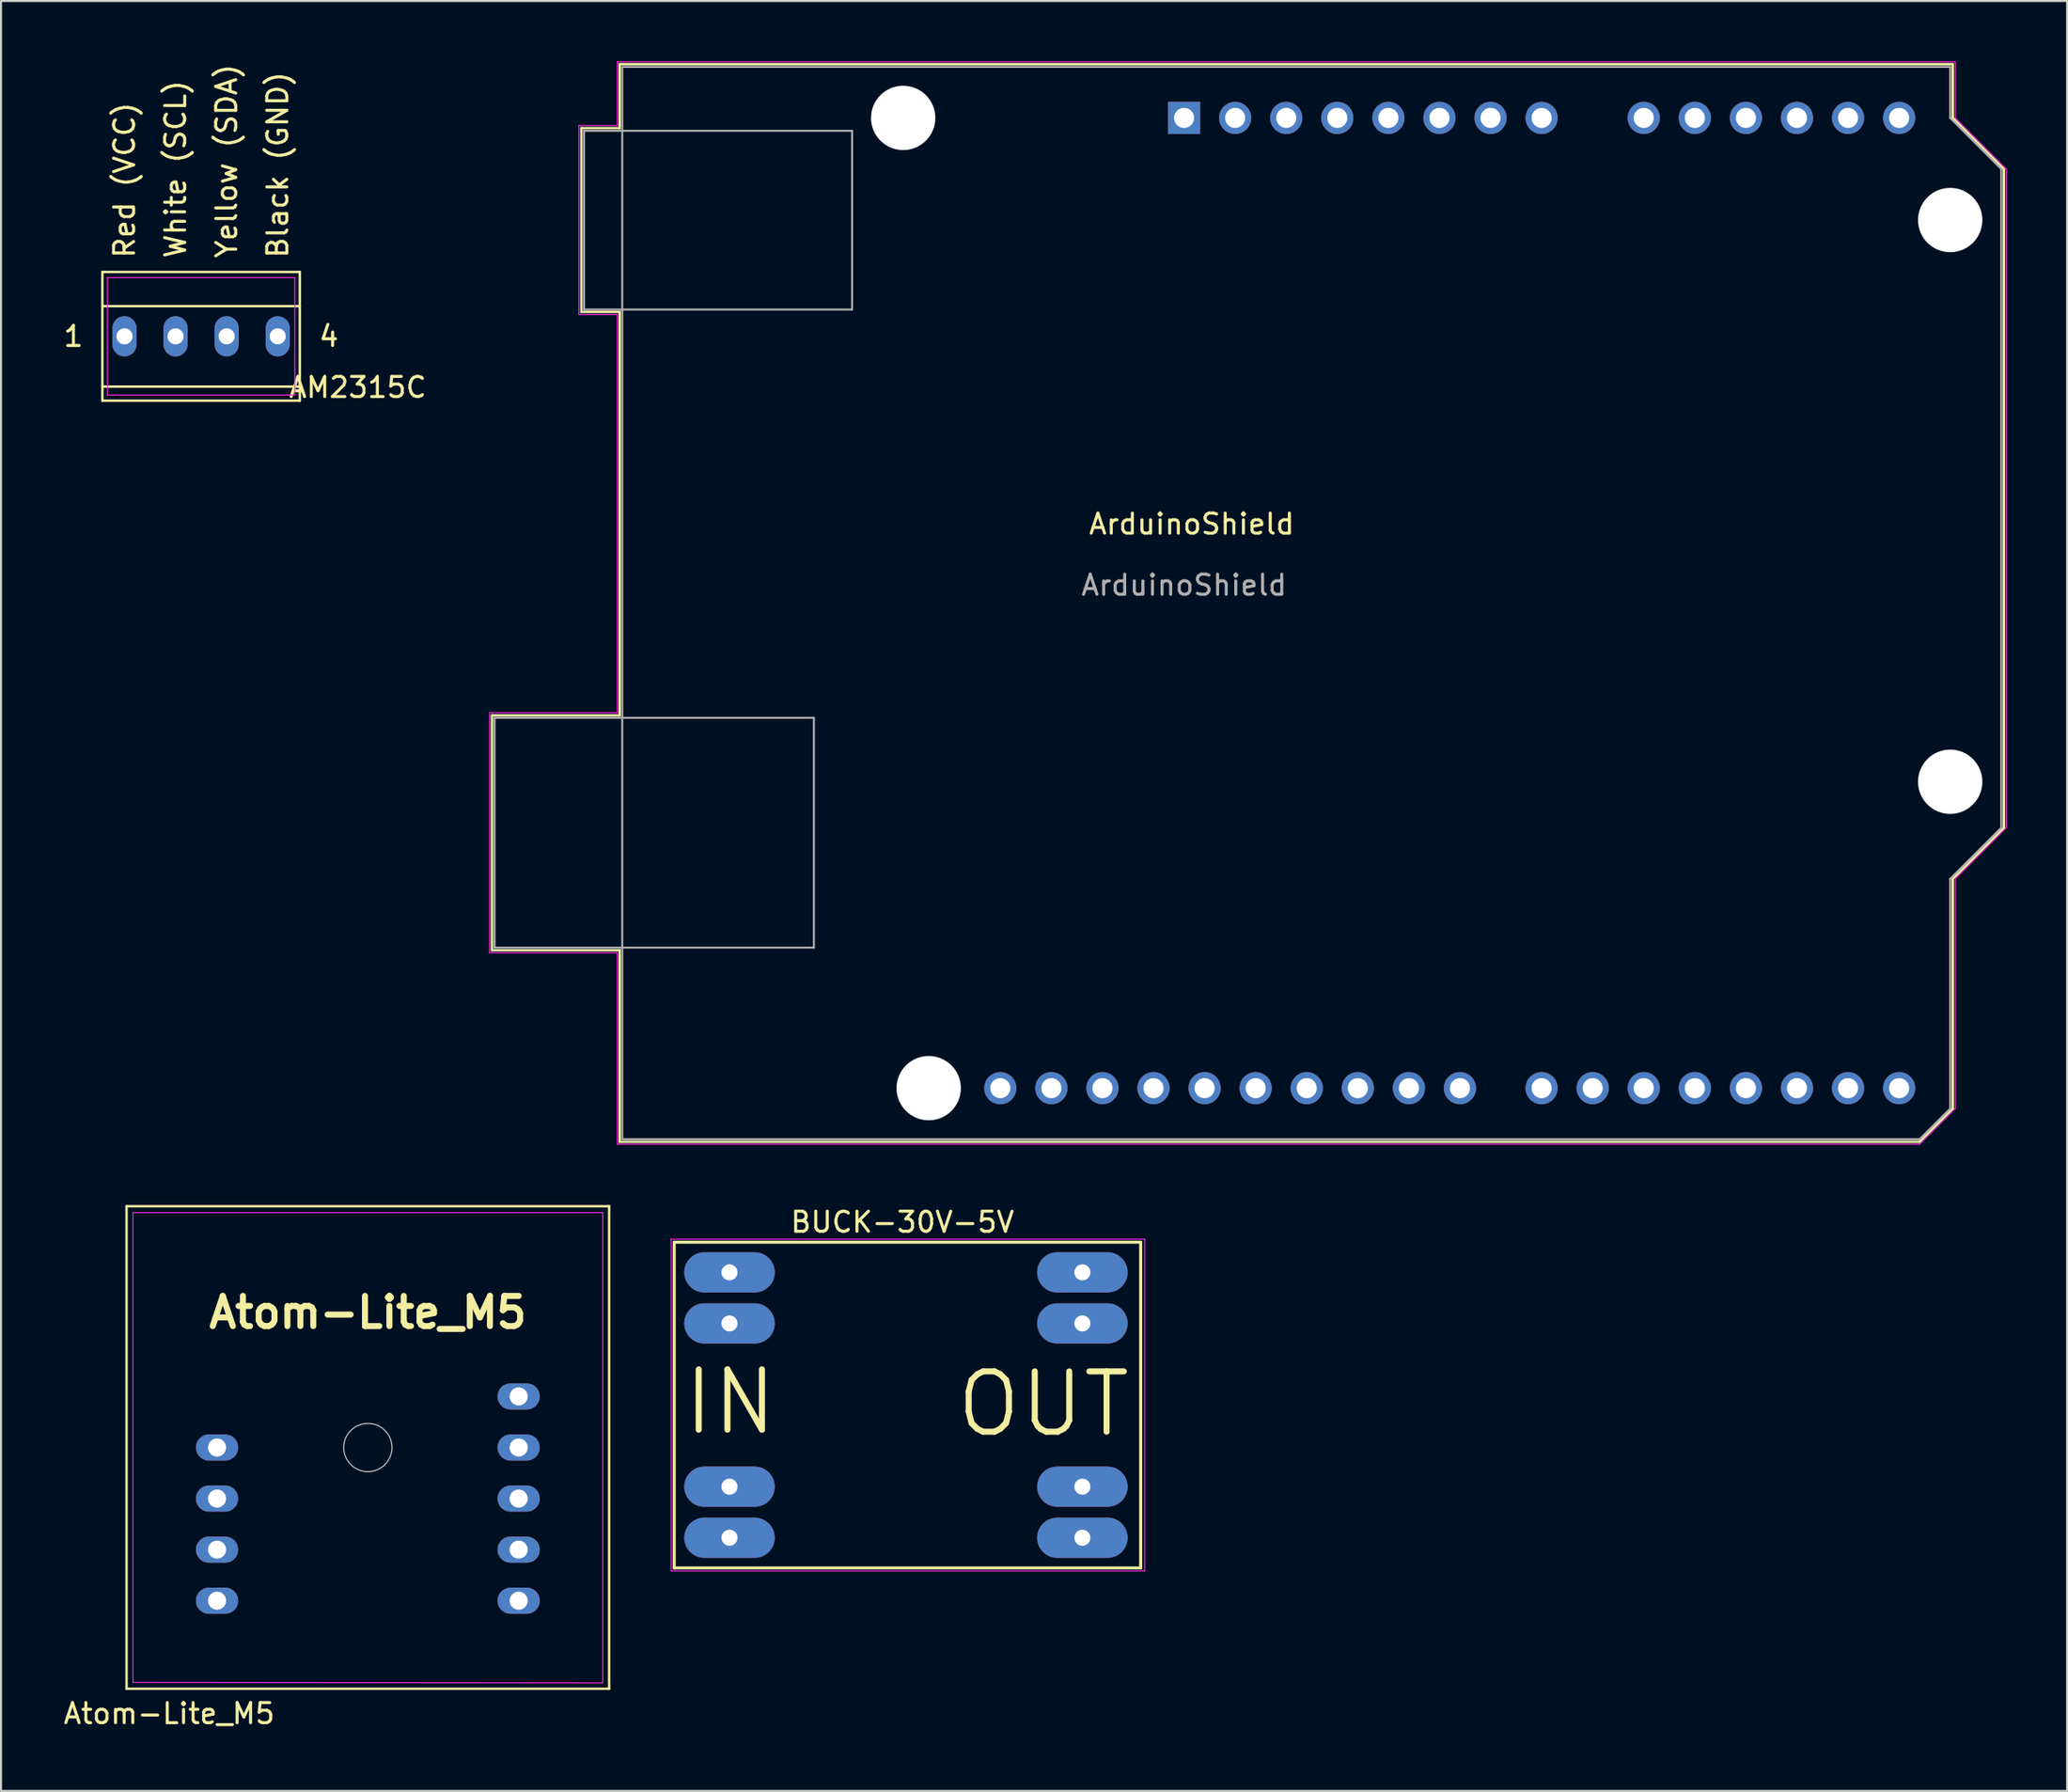
<source format=kicad_pcb>
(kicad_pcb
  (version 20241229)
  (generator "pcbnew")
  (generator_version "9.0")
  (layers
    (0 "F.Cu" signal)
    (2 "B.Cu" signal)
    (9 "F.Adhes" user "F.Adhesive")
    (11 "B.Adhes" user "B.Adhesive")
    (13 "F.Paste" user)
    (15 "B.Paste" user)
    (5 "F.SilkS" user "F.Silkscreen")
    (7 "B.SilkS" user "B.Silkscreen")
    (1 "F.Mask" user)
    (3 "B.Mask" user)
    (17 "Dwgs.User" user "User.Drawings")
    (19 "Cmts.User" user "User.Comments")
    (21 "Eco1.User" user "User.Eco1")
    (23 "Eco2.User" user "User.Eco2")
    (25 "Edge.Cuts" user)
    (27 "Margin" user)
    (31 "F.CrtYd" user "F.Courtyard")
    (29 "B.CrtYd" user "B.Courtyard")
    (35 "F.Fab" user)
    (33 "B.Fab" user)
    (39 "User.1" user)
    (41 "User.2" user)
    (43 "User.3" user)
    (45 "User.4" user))
  (footprint "BUCK-30V-5V"
    (layer "F.Cu")
    (at 41.778 66.715)
    (property "Reference" "BUCK-30V-5V" (at 0.051 -8.977 0) (layer "F.SilkS") (effects (font (size 1 1) (thickness 0.15))))
    (attr through_hole)
    (fp_line (start -11.299 -7.977) (end -11.299 8.223) (stroke (width 0.15) (type solid)) (layer "F.SilkS"))
    (fp_line (start -11.299 8.223) (end 11.9 8.223) (stroke (width 0.15) (type solid)) (layer "F.SilkS"))
    (fp_line (start 11.9 -7.977) (end -11.299 -7.977) (stroke (width 0.15) (type solid)) (layer "F.SilkS"))
    (fp_line (start 11.9 8.223) (end 11.9 -7.977) (stroke (width 0.15) (type solid)) (layer "F.SilkS"))
    (fp_line (start -11.449 -8.127) (end 12.1 -8.127) (stroke (width 0.05) (type solid)) (layer "F.CrtYd"))
    (fp_line (start -11.449 8.373) (end -11.449 -8.127) (stroke (width 0.05) (type solid)) (layer "F.CrtYd"))
    (fp_line (start 12.1 -8.127) (end 12.1 8.373) (stroke (width 0.05) (type solid)) (layer "F.CrtYd"))
    (fp_line (start 12.1 8.373) (end -11.449 8.373) (stroke (width 0.05) (type solid)) (layer "F.CrtYd"))
    (fp_text user "OUT" (at 7.061 0.076 0) (layer "F.SilkS") (effects (font (size 3 3) (thickness 0.3))))
    (fp_text user "IN" (at -8.509 -0.025 0) (layer "F.SilkS") (effects (font (size 3 3) (thickness 0.3))))
    (pad "1" thru_hole oval (at -8.549 6.723 270) (size 2 4.5) (drill 0.8) (layers "*.Cu" "*.Mask"))
    (pad "2" thru_hole oval (at -8.549 4.183 270) (size 2 4.5) (drill 0.8) (layers "*.Cu" "*.Mask"))
    (pad "3" thru_hole oval (at -8.549 -3.937 270) (size 2 4.5) (drill 0.8) (layers "*.Cu" "*.Mask"))
    (pad "4" thru_hole oval (at -8.549 -6.477 270) (size 2 4.5) (drill 0.8) (layers "*.Cu" "*.Mask"))
    (pad "5" thru_hole oval (at 9 -6.477 270) (size 2 4.5) (drill 0.8) (layers "*.Cu" "*.Mask"))
    (pad "6" thru_hole oval (at 9 -3.937 270) (size 2 4.5) (drill 0.8) (layers "*.Cu" "*.Mask"))
    (pad "7" thru_hole oval (at 9 4.183 270) (size 2 4.5) (drill 0.8) (layers "*.Cu" "*.Mask"))
    (pad "8" thru_hole oval (at 9 6.723 270) (size 2 4.5) (drill 0.8) (layers "*.Cu" "*.Mask")))
  (footprint "AM2315C"
    (layer "F.Cu")
    (at 2.041 13.679)
    (property "Reference" "AM2315C" (at 12.7 2.54 0) (layer "F.SilkS") (effects (font (size 1 1) (thickness 0.15))))
    (attr through_hole)
    (fp_line (start 0 -3.2) (end 9.82 -3.2) (stroke (width 0.12) (type default)) (layer "F.SilkS"))
    (fp_line (start 0 -1.5) (end 9.82 -1.5) (stroke (width 0.12) (type default)) (layer "F.SilkS"))
    (fp_line (start 0 3.2) (end 0 -3.2) (stroke (width 0.12) (type default)) (layer "F.SilkS"))
    (fp_line (start 9.82 -3.2) (end 9.82 3.2) (stroke (width 0.12) (type default)) (layer "F.SilkS"))
    (fp_line (start 9.82 2.5) (end 0 2.5) (stroke (width 0.12) (type default)) (layer "F.SilkS"))
    (fp_line (start 9.82 3.2) (end 0 3.2) (stroke (width 0.12) (type default)) (layer "F.SilkS"))
    (fp_line (start 0.25 -2.921) (end 9.57 -2.921) (stroke (width 0.05) (type default)) (layer "F.CrtYd"))
    (fp_line (start 0.25 2.921) (end 0.25 -2.921) (stroke (width 0.05) (type default)) (layer "F.CrtYd"))
    (fp_line (start 9.57 -2.921) (end 9.57 2.921) (stroke (width 0.05) (type default)) (layer "F.CrtYd"))
    (fp_line (start 9.57 2.921) (end 0.25 2.921) (stroke (width 0.05) (type default)) (layer "F.CrtYd"))
    (fp_text user "Red (VCC)" (at 1.1 -3.81 90) (unlocked yes) (layer "F.SilkS") (effects (font (size 1 1) (thickness 0.15)) (justify left)))
    (fp_text user "1" (at -1.44 0 0) (unlocked yes) (layer "F.SilkS") (effects (font (size 1 1) (thickness 0.15))))
    (fp_text user "4" (at 11.26 0 0) (unlocked yes) (layer "F.SilkS") (effects (font (size 1 1) (thickness 0.15))))
    (fp_text user "White (SCL)" (at 3.64 -3.81 90) (unlocked yes) (layer "F.SilkS") (effects (font (size 1 1) (thickness 0.15)) (justify left)))
    (fp_text user "Yellow (SDA)" (at 6.18 -3.81 90) (unlocked yes) (layer "F.SilkS") (effects (font (size 1 1) (thickness 0.15)) (justify left)))
    (fp_text user "Black (GND)" (at 8.72 -3.81 90) (unlocked yes) (layer "F.SilkS") (effects (font (size 1 1) (thickness 0.15)) (justify left)))
    (pad "1" thru_hole oval (at 1.1 0) (size 1.2 2) (drill 0.8) (layers "*.Cu" "*.Mask"))
    (pad "2" thru_hole oval (at 3.64 0) (size 1.2 2) (drill 0.8) (layers "*.Cu" "*.Mask"))
    (pad "3" thru_hole oval (at 6.18 0) (size 1.2 2) (drill 0.8) (layers "*.Cu" "*.Mask"))
    (pad "4" thru_hole oval (at 8.72 0) (size 1.2 2) (drill 0.8) (layers "*.Cu" "*.Mask")))
  (footprint "ArduinoShield"
    (layer "F.Cu")
    (at 56.216 23.515)
    (property "Reference" "ArduinoShield" (at 0 -0.5 0) (unlocked yes) (layer "F.SilkS") (effects (font (size 1 1) (thickness 0.15))))
    (attr through_hole)
    (fp_line (start -34.8 9.02) (end -34.8 20.7) (stroke (width 0.12) (type solid)) (layer "F.SilkS"))
    (fp_line (start -34.8 20.7) (end -28.45 20.7) (stroke (width 0.12) (type solid)) (layer "F.SilkS"))
    (fp_line (start -30.35 -20.19) (end -30.35 -11.05) (stroke (width 0.12) (type solid)) (layer "F.SilkS"))
    (fp_line (start -30.35 -11.05) (end -28.45 -11.05) (stroke (width 0.12) (type solid)) (layer "F.SilkS"))
    (fp_line (start -28.45 -23.37) (end -28.45 -20.19) (stroke (width 0.12) (type solid)) (layer "F.SilkS"))
    (fp_line (start -28.45 -20.19) (end -30.35 -20.19) (stroke (width 0.12) (type solid)) (layer "F.SilkS"))
    (fp_line (start -28.45 -11.05) (end -28.45 9.02) (stroke (width 0.12) (type solid)) (layer "F.SilkS"))
    (fp_line (start -28.45 9.02) (end -34.8 9.02) (stroke (width 0.12) (type solid)) (layer "F.SilkS"))
    (fp_line (start -28.45 20.7) (end -28.45 30.23) (stroke (width 0.12) (type solid)) (layer "F.SilkS"))
    (fp_line (start -28.45 30.23) (end 36.2 30.23) (stroke (width 0.12) (type solid)) (layer "F.SilkS"))
    (fp_line (start 36.2 30.23) (end 37.85 28.58) (stroke (width 0.12) (type solid)) (layer "F.SilkS"))
    (fp_line (start 37.85 -23.37) (end -28.45 -23.37) (stroke (width 0.12) (type solid)) (layer "F.SilkS"))
    (fp_line (start 37.85 -20.7) (end 37.85 -23.37) (stroke (width 0.12) (type solid)) (layer "F.SilkS"))
    (fp_line (start 37.85 17.15) (end 40.39 14.61) (stroke (width 0.12) (type solid)) (layer "F.SilkS"))
    (fp_line (start 37.85 28.58) (end 37.85 17.15) (stroke (width 0.12) (type solid)) (layer "F.SilkS"))
    (fp_line (start 40.39 -18.16) (end 37.85 -20.7) (stroke (width 0.12) (type solid)) (layer "F.SilkS"))
    (fp_line (start 40.39 14.61) (end 40.39 -18.16) (stroke (width 0.12) (type solid)) (layer "F.SilkS"))
    (fp_line (start -34.92 8.89) (end -28.57 8.89) (stroke (width 0.05) (type solid)) (layer "F.CrtYd"))
    (fp_line (start -34.92 20.83) (end -34.92 8.89) (stroke (width 0.05) (type solid)) (layer "F.CrtYd"))
    (fp_line (start -30.48 -20.32) (end -28.57 -20.32) (stroke (width 0.05) (type solid)) (layer "F.CrtYd"))
    (fp_line (start -30.48 -10.92) (end -30.48 -20.32) (stroke (width 0.05) (type solid)) (layer "F.CrtYd"))
    (fp_line (start -28.57 -23.49) (end 37.97 -23.49) (stroke (width 0.05) (type solid)) (layer "F.CrtYd"))
    (fp_line (start -28.57 -20.32) (end -28.57 -23.49) (stroke (width 0.05) (type solid)) (layer "F.CrtYd"))
    (fp_line (start -28.57 -10.92) (end -30.48 -10.92) (stroke (width 0.05) (type solid)) (layer "F.CrtYd"))
    (fp_line (start -28.57 8.89) (end -28.57 -10.92) (stroke (width 0.05) (type solid)) (layer "F.CrtYd"))
    (fp_line (start -28.57 20.83) (end -34.92 20.83) (stroke (width 0.05) (type solid)) (layer "F.CrtYd"))
    (fp_line (start -28.57 30.35) (end -28.57 20.83) (stroke (width 0.05) (type solid)) (layer "F.CrtYd"))
    (fp_line (start 36.2 30.35) (end -28.57 30.35) (stroke (width 0.05) (type solid)) (layer "F.CrtYd"))
    (fp_line (start 37.97 -23.49) (end 37.97 -20.7) (stroke (width 0.05) (type solid)) (layer "F.CrtYd"))
    (fp_line (start 37.97 -20.7) (end 40.51 -18.16) (stroke (width 0.05) (type solid)) (layer "F.CrtYd"))
    (fp_line (start 37.97 17.15) (end 37.97 28.58) (stroke (width 0.05) (type solid)) (layer "F.CrtYd"))
    (fp_line (start 37.97 28.58) (end 36.2 30.35) (stroke (width 0.05) (type solid)) (layer "F.CrtYd"))
    (fp_line (start 40.51 -18.16) (end 40.51 14.61) (stroke (width 0.05) (type solid)) (layer "F.CrtYd"))
    (fp_line (start 40.51 14.61) (end 37.97 17.15) (stroke (width 0.05) (type solid)) (layer "F.CrtYd"))
    (fp_line (start -34.67 9.14) (end -18.79 9.14) (stroke (width 0.1) (type solid)) (layer "F.Fab"))
    (fp_line (start -34.67 20.57) (end -34.67 9.14) (stroke (width 0.1) (type solid)) (layer "F.Fab"))
    (fp_line (start -30.22 -20.06) (end -16.89 -20.06) (stroke (width 0.1) (type solid)) (layer "F.Fab"))
    (fp_line (start -30.22 -11.17) (end -30.22 -20.06) (stroke (width 0.1) (type solid)) (layer "F.Fab"))
    (fp_line (start -28.32 -23.24) (end 37.72 -23.24) (stroke (width 0.1) (type solid)) (layer "F.Fab"))
    (fp_line (start -28.32 30.1) (end -28.32 -23.24) (stroke (width 0.1) (type solid)) (layer "F.Fab"))
    (fp_line (start -18.79 9.14) (end -18.79 20.57) (stroke (width 0.1) (type solid)) (layer "F.Fab"))
    (fp_line (start -18.79 20.57) (end -34.67 20.57) (stroke (width 0.1) (type solid)) (layer "F.Fab"))
    (fp_line (start -16.89 -20.06) (end -16.89 -11.17) (stroke (width 0.1) (type solid)) (layer "F.Fab"))
    (fp_line (start -16.89 -11.17) (end -30.22 -11.17) (stroke (width 0.1) (type solid)) (layer "F.Fab"))
    (fp_line (start 36.2 30.1) (end -28.32 30.1) (stroke (width 0.1) (type solid)) (layer "F.Fab"))
    (fp_line (start 37.72 -23.24) (end 37.72 -20.7) (stroke (width 0.1) (type solid)) (layer "F.Fab"))
    (fp_line (start 37.72 -20.7) (end 40.26 -18.16) (stroke (width 0.1) (type solid)) (layer "F.Fab"))
    (fp_line (start 37.72 17.15) (end 37.72 28.58) (stroke (width 0.1) (type solid)) (layer "F.Fab"))
    (fp_line (start 37.72 28.58) (end 36.2 30.1) (stroke (width 0.1) (type solid)) (layer "F.Fab"))
    (fp_line (start 40.26 -18.16) (end 40.26 14.61) (stroke (width 0.1) (type solid)) (layer "F.Fab"))
    (fp_line (start 40.26 14.61) (end 37.72 17.15) (stroke (width 0.1) (type solid)) (layer "F.Fab"))
    (fp_text user "${REFERENCE}" (at -0.38 2.54 180) (layer "F.Fab") (effects (font (size 1 1) (thickness 0.15))))
    (pad "" np_thru_hole circle (at -14.35 -20.7 90) (size 3.2 3.2) (drill 3.2) (layers "*.Cu" "*.Mask"))
    (pad "" np_thru_hole circle (at -13.08 27.56 90) (size 3.2 3.2) (drill 3.2) (layers "*.Cu" "*.Mask"))
    (pad "" np_thru_hole circle (at 37.72 -15.62 90) (size 3.2 3.2) (drill 3.2) (layers "*.Cu" "*.Mask"))
    (pad "" np_thru_hole circle (at 37.72 12.32 90) (size 3.2 3.2) (drill 3.2) (layers "*.Cu" "*.Mask"))
    (pad "1" thru_hole rect (at -0.38 -20.7 90) (size 1.6 1.6) (drill 1) (layers "*.Cu" "*.Mask"))
    (pad "2" thru_hole oval (at 2.16 -20.7 90) (size 1.6 1.6) (drill 1) (layers "*.Cu" "*.Mask"))
    (pad "3" thru_hole oval (at 4.7 -20.7 90) (size 1.6 1.6) (drill 1) (layers "*.Cu" "*.Mask"))
    (pad "4" thru_hole oval (at 7.24 -20.7 90) (size 1.6 1.6) (drill 1) (layers "*.Cu" "*.Mask"))
    (pad "5" thru_hole oval (at 9.78 -20.7 90) (size 1.6 1.6) (drill 1) (layers "*.Cu" "*.Mask"))
    (pad "6" thru_hole oval (at 12.32 -20.7 90) (size 1.6 1.6) (drill 1) (layers "*.Cu" "*.Mask"))
    (pad "7" thru_hole oval (at 14.86 -20.7 90) (size 1.6 1.6) (drill 1) (layers "*.Cu" "*.Mask"))
    (pad "8" thru_hole oval (at 17.4 -20.7 90) (size 1.6 1.6) (drill 1) (layers "*.Cu" "*.Mask"))
    (pad "9" thru_hole oval (at 22.48 -20.7 90) (size 1.6 1.6) (drill 1) (layers "*.Cu" "*.Mask"))
    (pad "10" thru_hole oval (at 25.02 -20.7 90) (size 1.6 1.6) (drill 1) (layers "*.Cu" "*.Mask"))
    (pad "11" thru_hole oval (at 27.56 -20.7 90) (size 1.6 1.6) (drill 1) (layers "*.Cu" "*.Mask"))
    (pad "12" thru_hole oval (at 30.1 -20.7 90) (size 1.6 1.6) (drill 1) (layers "*.Cu" "*.Mask"))
    (pad "13" thru_hole oval (at 32.64 -20.7 90) (size 1.6 1.6) (drill 1) (layers "*.Cu" "*.Mask"))
    (pad "14" thru_hole oval (at 35.18 -20.7 90) (size 1.6 1.6) (drill 1) (layers "*.Cu" "*.Mask"))
    (pad "15" thru_hole oval (at 35.18 27.56 90) (size 1.6 1.6) (drill 1) (layers "*.Cu" "*.Mask"))
    (pad "16" thru_hole oval (at 32.64 27.56 90) (size 1.6 1.6) (drill 1) (layers "*.Cu" "*.Mask"))
    (pad "17" thru_hole oval (at 30.1 27.56 90) (size 1.6 1.6) (drill 1) (layers "*.Cu" "*.Mask"))
    (pad "18" thru_hole oval (at 27.56 27.56 90) (size 1.6 1.6) (drill 1) (layers "*.Cu" "*.Mask"))
    (pad "19" thru_hole oval (at 25.02 27.56 90) (size 1.6 1.6) (drill 1) (layers "*.Cu" "*.Mask"))
    (pad "20" thru_hole oval (at 22.48 27.56 90) (size 1.6 1.6) (drill 1) (layers "*.Cu" "*.Mask"))
    (pad "21" thru_hole oval (at 19.94 27.56 90) (size 1.6 1.6) (drill 1) (layers "*.Cu" "*.Mask"))
    (pad "22" thru_hole oval (at 17.4 27.56 90) (size 1.6 1.6) (drill 1) (layers "*.Cu" "*.Mask"))
    (pad "23" thru_hole oval (at 13.34 27.56 90) (size 1.6 1.6) (drill 1) (layers "*.Cu" "*.Mask"))
    (pad "24" thru_hole oval (at 10.8 27.56 90) (size 1.6 1.6) (drill 1) (layers "*.Cu" "*.Mask"))
    (pad "25" thru_hole oval (at 8.26 27.56 90) (size 1.6 1.6) (drill 1) (layers "*.Cu" "*.Mask"))
    (pad "26" thru_hole oval (at 5.72 27.56 90) (size 1.6 1.6) (drill 1) (layers "*.Cu" "*.Mask"))
    (pad "27" thru_hole oval (at 3.18 27.56 90) (size 1.6 1.6) (drill 1) (layers "*.Cu" "*.Mask"))
    (pad "28" thru_hole oval (at 0.64 27.56 90) (size 1.6 1.6) (drill 1) (layers "*.Cu" "*.Mask"))
    (pad "29" thru_hole oval (at -1.9 27.56 90) (size 1.6 1.6) (drill 1) (layers "*.Cu" "*.Mask"))
    (pad "30" thru_hole oval (at -4.44 27.56 90) (size 1.6 1.6) (drill 1) (layers "*.Cu" "*.Mask"))
    (pad "31" thru_hole oval (at -6.98 27.56 90) (size 1.6 1.6) (drill 1) (layers "*.Cu" "*.Mask"))
    (pad "32" thru_hole oval (at -9.52 27.56 90) (size 1.6 1.6) (drill 1) (layers "*.Cu" "*.Mask")))
  (footprint "Atom-Lite_M5"
    (layer "F.Cu")
    (at 15.244 68.95)
    (property "Reference" "Atom-Lite_M5" (at -9.881 13.233 180) (layer "F.SilkS") (effects (font (size 1 1) (thickness 0.15))))
    (attr through_hole)
    (fp_line (start -12 12) (end -12 -12) (stroke (width 0.12) (type default)) (layer "F.SilkS"))
    (fp_line (start 12 -12) (end -12 -12) (stroke (width 0.12) (type solid)) (layer "F.SilkS"))
    (fp_line (start 12 -12) (end 12 12) (stroke (width 0.12) (type default)) (layer "F.SilkS"))
    (fp_line (start 12 12) (end -12 12) (stroke (width 0.12) (type solid)) (layer "F.SilkS"))
    (fp_circle (center 0 0) (end 1.2 0) (stroke (width 0.05) (type solid)) (fill no) (layer "Edge.Cuts"))
    (fp_line (start -11.684 -11.684) (end -11.684 11.684) (stroke (width 0.05) (type default)) (layer "F.CrtYd"))
    (fp_line (start -11.684 11.684) (end 11.684 11.709) (stroke (width 0.05) (type default)) (layer "F.CrtYd"))
    (fp_line (start 11.684 -11.684) (end -11.684 -11.684) (stroke (width 0.05) (type default)) (layer "F.CrtYd"))
    (fp_line (start 11.684 11.709) (end 11.684 -11.684) (stroke (width 0.05) (type default)) (layer "F.CrtYd"))
    (fp_text user "Atom-Lite_M5" (at 0 -5.842 0) (unlocked yes) (layer "F.SilkS") (effects (font (size 1.5 1.5) (thickness 0.3) (bold yes)) (justify bottom)))
    (pad "J31" thru_hole oval (at -7.5 0 270) (size 1.3 2.1) (drill 0.9) (layers "*.Cu" "*.Mask"))
    (pad "J32" thru_hole oval (at -7.5 2.54 270) (size 1.3 2.1) (drill 0.9) (layers "*.Cu" "*.Mask"))
    (pad "J33" thru_hole oval (at -7.5 5.08 270) (size 1.3 2.1) (drill 0.9) (layers "*.Cu" "*.Mask"))
    (pad "J34" thru_hole oval (at -7.5 7.62 270) (size 1.3 2.1) (drill 0.9) (layers "*.Cu" "*.Mask"))
    (pad "J41" thru_hole oval (at 7.5 -2.54 270) (size 1.3 2.1) (drill 0.9) (layers "*.Cu" "*.Mask"))
    (pad "J42" thru_hole oval (at 7.5 0 270) (size 1.3 2.1) (drill 0.9) (layers "*.Cu" "*.Mask"))
    (pad "J43" thru_hole oval (at 7.5 2.54 270) (size 1.3 2.1) (drill 0.9) (layers "*.Cu" "*.Mask"))
    (pad "J44" thru_hole oval (at 7.5 5.08 270) (size 1.3 2.1) (drill 0.9) (layers "*.Cu" "*.Mask"))
    (pad "J45" thru_hole oval (at 7.5 7.62 270) (size 1.3 2.1) (drill 0.9) (layers "*.Cu" "*.Mask")))
  (gr_rect
    (start -3 -3)
    (end 99.751 86.032)
    (stroke (width 0.1) (type default))
    (fill no)
    (layer "Edge.Cuts")))
</source>
